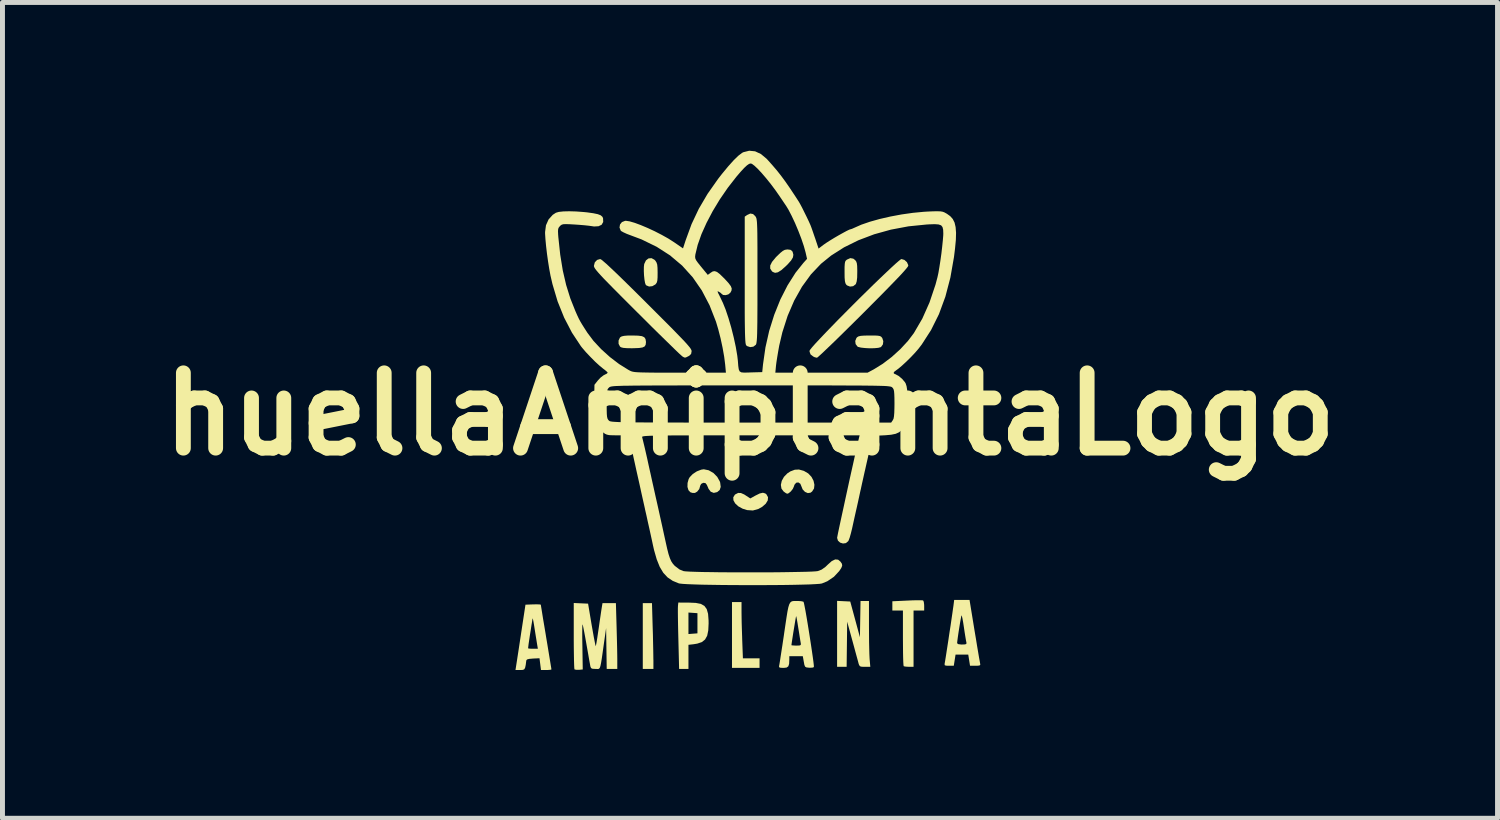
<source format=kicad_pcb>
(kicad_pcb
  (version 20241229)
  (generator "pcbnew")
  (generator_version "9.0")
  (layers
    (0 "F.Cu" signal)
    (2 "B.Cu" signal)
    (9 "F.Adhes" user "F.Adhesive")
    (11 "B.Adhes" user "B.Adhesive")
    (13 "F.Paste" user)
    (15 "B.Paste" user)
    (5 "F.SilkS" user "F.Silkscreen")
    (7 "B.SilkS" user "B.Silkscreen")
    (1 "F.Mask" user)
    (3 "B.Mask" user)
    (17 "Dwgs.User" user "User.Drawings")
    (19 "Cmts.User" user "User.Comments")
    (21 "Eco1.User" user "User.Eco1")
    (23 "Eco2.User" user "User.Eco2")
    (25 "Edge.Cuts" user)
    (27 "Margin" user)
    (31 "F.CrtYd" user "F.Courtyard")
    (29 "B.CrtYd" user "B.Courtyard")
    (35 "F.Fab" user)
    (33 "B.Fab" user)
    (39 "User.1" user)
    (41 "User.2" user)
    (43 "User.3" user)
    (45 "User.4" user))
  (footprint "huellaAmiplantaLogo"
    (layer "F.Cu")
    (at 12.127 5.329)
    (property "Reference" "huellaAmiplantaLogo" (at 0 0 0) (layer "F.SilkS") (effects (font (size 1.524 1.524) (thickness 0.3))))
    (attr board_only exclude_from_pos_files exclude_from_bom)
    (fp_poly (pts (xy -1.97 4.312) (xy -1.965 4.465) (xy -1.962 4.616) (xy -1.959 4.755) (xy -1.957 4.873) (xy -1.956 4.959) (xy -1.955 4.978) (xy -1.955 5.157) (xy -2.17 5.157) (xy -2.17 3.825) (xy -1.984 3.825)) (stroke (width 0) (type solid)) (fill yes) (layer "F.SilkS"))
    (fp_poly (pts (xy -0.172 4.002) (xy -0.171 4.094) (xy -0.169 4.216) (xy -0.165 4.355) (xy -0.16 4.498) (xy -0.158 4.572) (xy -0.144 4.942) (xy 0.193 4.942) (xy 0.193 5.136) (xy -0.365 5.136) (xy -0.365 3.804) (xy -0.172 3.804)) (stroke (width 0) (type solid)) (fill yes) (layer "F.SilkS"))
    (fp_poly (pts (xy 0.819 -3.324) (xy 0.852 -3.299) (xy 0.863 -3.279) (xy 0.877 -3.224) (xy 0.868 -3.17) (xy 0.831 -3.108) (xy 0.763 -3.031) (xy 0.722 -2.991) (xy 0.634 -2.913) (xy 0.564 -2.869) (xy 0.507 -2.858) (xy 0.459 -2.877) (xy 0.442 -2.892) (xy 0.408 -2.945) (xy 0.409 -3.007) (xy 0.445 -3.079) (xy 0.518 -3.168) (xy 0.544 -3.195) (xy 0.614 -3.262) (xy 0.664 -3.302) (xy 0.704 -3.323) (xy 0.745 -3.33) (xy 0.76 -3.331)) (stroke (width 0) (type solid)) (fill yes) (layer "F.SilkS"))
    (fp_poly (pts (xy -2.266 -1.587) (xy -2.188 -1.577) (xy -2.14 -1.555) (xy -2.115 -1.519) (xy -2.106 -1.465) (xy -2.106 -1.45) (xy -2.112 -1.402) (xy -2.133 -1.368) (xy -2.175 -1.348) (xy -2.246 -1.337) (xy -2.352 -1.333) (xy -2.393 -1.332) (xy -2.498 -1.334) (xy -2.567 -1.34) (xy -2.611 -1.352) (xy -2.631 -1.366) (xy -2.66 -1.422) (xy -2.66 -1.489) (xy -2.633 -1.547) (xy -2.625 -1.555) (xy -2.596 -1.572) (xy -2.549 -1.583) (xy -2.476 -1.589) (xy -2.38 -1.59)) (stroke (width 0) (type solid)) (fill yes) (layer "F.SilkS"))
    (fp_poly (pts (xy 0.309 1.606) (xy 0.332 1.624) (xy 0.364 1.682) (xy 0.359 1.747) (xy 0.318 1.814) (xy 0.246 1.877) (xy 0.169 1.92) (xy 0.058 1.951) (xy -0.058 1.943) (xy -0.149 1.915) (xy -0.238 1.866) (xy -0.301 1.807) (xy -0.336 1.744) (xy -0.339 1.684) (xy -0.307 1.632) (xy -0.296 1.624) (xy -0.241 1.596) (xy -0.185 1.597) (xy -0.117 1.627) (xy -0.083 1.649) (xy 0.006 1.707) (xy 0.11 1.649) (xy 0.197 1.606) (xy 0.261 1.592)) (stroke (width 0) (type solid)) (fill yes) (layer "F.SilkS"))
    (fp_poly (pts (xy 3.458 3.767) (xy 3.498 3.77) (xy 3.503 3.772) (xy 3.516 3.799) (xy 3.523 3.854) (xy 3.524 3.88) (xy 3.524 3.975) (xy 3.309 3.975) (xy 3.309 5.114) (xy 3.216 5.114) (xy 3.156 5.111) (xy 3.115 5.104) (xy 3.109 5.1) (xy 3.105 5.076) (xy 3.101 5.014) (xy 3.098 4.921) (xy 3.096 4.803) (xy 3.095 4.665) (xy 3.094 4.531) (xy 3.094 3.975) (xy 2.88 3.975) (xy 2.88 3.788) (xy 3.181 3.774) (xy 3.291 3.769) (xy 3.387 3.767)) (stroke (width 0) (type solid)) (fill yes) (layer "F.SilkS"))
    (fp_poly (pts (xy -1.934 -3.123) (xy -1.914 -3.102) (xy -1.892 -3.067) (xy -1.878 -3.024) (xy -1.872 -2.961) (xy -1.87 -2.867) (xy -1.87 -2.856) (xy -1.871 -2.762) (xy -1.876 -2.701) (xy -1.887 -2.661) (xy -1.906 -2.633) (xy -1.917 -2.622) (xy -1.977 -2.588) (xy -2.043 -2.581) (xy -2.098 -2.604) (xy -2.109 -2.614) (xy -2.124 -2.653) (xy -2.136 -2.721) (xy -2.145 -2.807) (xy -2.149 -2.897) (xy -2.148 -2.978) (xy -2.141 -3.038) (xy -2.14 -3.039) (xy -2.106 -3.11) (xy -2.054 -3.15) (xy -1.993 -3.155)) (stroke (width 0) (type solid)) (fill yes) (layer "F.SilkS"))
    (fp_poly (pts (xy 2.523 -1.59) (xy 2.589 -1.586) (xy 2.629 -1.579) (xy 2.654 -1.565) (xy 2.672 -1.544) (xy 2.676 -1.539) (xy 2.697 -1.475) (xy 2.689 -1.41) (xy 2.653 -1.36) (xy 2.642 -1.353) (xy 2.593 -1.34) (xy 2.515 -1.333) (xy 2.423 -1.331) (xy 2.329 -1.336) (xy 2.246 -1.345) (xy 2.188 -1.359) (xy 2.175 -1.366) (xy 2.137 -1.416) (xy 2.129 -1.479) (xy 2.153 -1.539) (xy 2.167 -1.555) (xy 2.195 -1.572) (xy 2.24 -1.583) (xy 2.31 -1.588) (xy 2.413 -1.59) (xy 2.424 -1.59)) (stroke (width 0) (type solid)) (fill yes) (layer "F.SilkS"))
    (fp_poly (pts (xy 2.09 -3.145) (xy 2.127 -3.116) (xy 2.148 -3.089) (xy 2.161 -3.053) (xy 2.168 -2.998) (xy 2.17 -2.913) (xy 2.17 -2.874) (xy 2.168 -2.763) (xy 2.159 -2.687) (xy 2.144 -2.638) (xy 2.137 -2.626) (xy 2.087 -2.588) (xy 2.023 -2.58) (xy 1.963 -2.604) (xy 1.948 -2.618) (xy 1.931 -2.646) (xy 1.92 -2.691) (xy 1.914 -2.762) (xy 1.913 -2.865) (xy 1.913 -2.875) (xy 1.913 -2.974) (xy 1.917 -3.04) (xy 1.924 -3.081) (xy 1.938 -3.106) (xy 1.96 -3.125) (xy 1.96 -3.125) (xy 2.029 -3.156)) (stroke (width 0) (type solid)) (fill yes) (layer "F.SilkS"))
    (fp_poly (pts (xy 2.028 3.793) (xy 2.126 4.154) (xy 2.224 4.516) (xy 2.23 4.149) (xy 2.236 3.782) (xy 2.407 3.782) (xy 2.407 4.303) (xy 2.408 4.458) (xy 2.409 4.608) (xy 2.412 4.743) (xy 2.415 4.857) (xy 2.419 4.94) (xy 2.421 4.969) (xy 2.434 5.114) (xy 2.325 5.114) (xy 2.26 5.113) (xy 2.225 5.103) (xy 2.207 5.077) (xy 2.196 5.045) (xy 2.185 5.002) (xy 2.164 4.926) (xy 2.136 4.824) (xy 2.104 4.705) (xy 2.072 4.588) (xy 1.966 4.201) (xy 1.955 5.114) (xy 1.762 5.114) (xy 1.762 3.78)) (stroke (width 0) (type solid)) (fill yes) (layer "F.SilkS"))
    (fp_poly (pts (xy -0.837 1.137) (xy -0.742 1.191) (xy -0.664 1.27) (xy -0.611 1.365) (xy -0.604 1.386) (xy -0.593 1.474) (xy -0.614 1.537) (xy -0.665 1.579) (xy -0.734 1.595) (xy -0.795 1.571) (xy -0.84 1.511) (xy -0.85 1.486) (xy -0.874 1.432) (xy -0.901 1.398) (xy -0.903 1.396) (xy -0.947 1.391) (xy -0.989 1.413) (xy -1.01 1.453) (xy -1.01 1.457) (xy -1.027 1.516) (xy -1.069 1.569) (xy -1.115 1.596) (xy -1.166 1.595) (xy -1.207 1.582) (xy -1.246 1.54) (xy -1.266 1.474) (xy -1.264 1.394) (xy -1.242 1.315) (xy -1.221 1.278) (xy -1.159 1.213) (xy -1.076 1.159) (xy -0.988 1.125) (xy -0.936 1.117)) (stroke (width 0) (type solid)) (fill yes) (layer "F.SilkS"))
    (fp_poly (pts (xy 1.085 1.148) (xy 1.094 1.152) (xy 1.178 1.201) (xy 1.243 1.27) (xy 1.285 1.349) (xy 1.303 1.431) (xy 1.295 1.506) (xy 1.256 1.567) (xy 1.224 1.591) (xy 1.169 1.599) (xy 1.112 1.574) (xy 1.065 1.525) (xy 1.043 1.47) (xy 1.018 1.41) (xy 0.978 1.383) (xy 0.935 1.389) (xy 0.9 1.429) (xy 0.888 1.465) (xy 0.866 1.514) (xy 0.826 1.565) (xy 0.781 1.602) (xy 0.752 1.612) (xy 0.726 1.6) (xy 0.684 1.57) (xy 0.68 1.567) (xy 0.636 1.508) (xy 0.624 1.433) (xy 0.642 1.351) (xy 0.687 1.27) (xy 0.755 1.2) (xy 0.816 1.16) (xy 0.906 1.126) (xy 0.99 1.122)) (stroke (width 0) (type solid)) (fill yes) (layer "F.SilkS"))
    (fp_poly (pts (xy -1.236 3.815) (xy -1.098 3.821) (xy -0.995 3.841) (xy -0.923 3.882) (xy -0.876 3.947) (xy -0.849 4.042) (xy -0.839 4.172) (xy -0.838 4.235) (xy -0.845 4.378) (xy -0.867 4.485) (xy -0.91 4.562) (xy -0.975 4.614) (xy -1.068 4.645) (xy -1.14 4.657) (xy -1.246 4.669) (xy -1.246 5.157) (xy -1.435 5.157) (xy -1.45 4.55) (xy -1.454 4.39) (xy -1.457 4.241) (xy -1.459 4.109) (xy -1.46 4.016) (xy -1.246 4.016) (xy -1.246 4.451) (xy -1.155 4.444) (xy -1.064 4.437) (xy -1.064 4.029) (xy -1.246 4.016) (xy -1.46 4.016) (xy -1.46 4.001) (xy -1.46 3.923) (xy -1.458 3.881) (xy -1.458 3.879) (xy -1.451 3.814)) (stroke (width 0) (type solid)) (fill yes) (layer "F.SilkS"))
    (fp_poly (pts (xy 3.125 -3.119) (xy 3.176 -3.073) (xy 3.201 -3.015) (xy 3.202 -3.003) (xy 3.192 -2.982) (xy 3.161 -2.942) (xy 3.109 -2.882) (xy 3.033 -2.799) (xy 2.932 -2.694) (xy 2.805 -2.563) (xy 2.652 -2.407) (xy 2.469 -2.223) (xy 2.294 -2.047) (xy 2.13 -1.884) (xy 1.974 -1.73) (xy 1.83 -1.588) (xy 1.7 -1.461) (xy 1.586 -1.352) (xy 1.492 -1.262) (xy 1.42 -1.195) (xy 1.373 -1.153) (xy 1.354 -1.14) (xy 1.31 -1.15) (xy 1.279 -1.165) (xy 1.225 -1.207) (xy 1.205 -1.262) (xy 1.204 -1.281) (xy 1.219 -1.306) (xy 1.261 -1.358) (xy 1.328 -1.433) (xy 1.417 -1.528) (xy 1.523 -1.64) (xy 1.644 -1.765) (xy 1.776 -1.901) (xy 1.917 -2.043) (xy 2.062 -2.189) (xy 2.209 -2.336) (xy 2.355 -2.479) (xy 2.495 -2.617) (xy 2.628 -2.745) (xy 2.749 -2.86) (xy 2.855 -2.96) (xy 2.943 -3.041) (xy 3.01 -3.099) (xy 3.052 -3.132) (xy 3.065 -3.137)) (stroke (width 0) (type solid)) (fill yes) (layer "F.SilkS"))
    (fp_poly (pts (xy 0.06 -4.048) (xy 0.106 -4.005) (xy 0.115 -3.992) (xy 0.123 -3.977) (xy 0.13 -3.957) (xy 0.135 -3.928) (xy 0.14 -3.886) (xy 0.143 -3.829) (xy 0.146 -3.752) (xy 0.148 -3.653) (xy 0.149 -3.529) (xy 0.15 -3.374) (xy 0.15 -3.188) (xy 0.15 -2.965) (xy 0.15 -2.702) (xy 0.15 -2.699) (xy 0.15 -2.432) (xy 0.15 -2.205) (xy 0.149 -2.015) (xy 0.148 -1.857) (xy 0.146 -1.73) (xy 0.144 -1.629) (xy 0.141 -1.551) (xy 0.137 -1.493) (xy 0.132 -1.452) (xy 0.127 -1.425) (xy 0.12 -1.407) (xy 0.117 -1.402) (xy 0.067 -1.364) (xy 0.003 -1.355) (xy -0.058 -1.375) (xy -0.074 -1.388) (xy -0.081 -1.398) (xy -0.087 -1.417) (xy -0.092 -1.448) (xy -0.096 -1.494) (xy -0.099 -1.557) (xy -0.102 -1.642) (xy -0.104 -1.752) (xy -0.106 -1.889) (xy -0.107 -2.056) (xy -0.107 -2.258) (xy -0.107 -2.498) (xy -0.107 -2.708) (xy -0.107 -3.995) (xy -0.06 -4.028) (xy 0.005 -4.058)) (stroke (width 0) (type solid)) (fill yes) (layer "F.SilkS"))
    (fp_poly (pts (xy -3.011 -3.127) (xy -2.969 -3.093) (xy -2.904 -3.037) (xy -2.816 -2.955) (xy -2.703 -2.848) (xy -2.565 -2.714) (xy -2.4 -2.552) (xy -2.207 -2.361) (xy -2.084 -2.238) (xy -1.894 -2.048) (xy -1.732 -1.886) (xy -1.596 -1.75) (xy -1.485 -1.636) (xy -1.395 -1.543) (xy -1.324 -1.469) (xy -1.271 -1.41) (xy -1.232 -1.364) (xy -1.206 -1.33) (xy -1.191 -1.304) (xy -1.183 -1.284) (xy -1.182 -1.272) (xy -1.192 -1.217) (xy -1.23 -1.18) (xy -1.245 -1.172) (xy -1.291 -1.149) (xy -1.317 -1.142) (xy -1.342 -1.151) (xy -1.365 -1.164) (xy -1.387 -1.183) (xy -1.438 -1.229) (xy -1.513 -1.301) (xy -1.609 -1.395) (xy -1.725 -1.508) (xy -1.857 -1.637) (xy -2.002 -1.78) (xy -2.157 -1.935) (xy -2.283 -2.06) (xy -2.47 -2.247) (xy -2.629 -2.406) (xy -2.762 -2.54) (xy -2.871 -2.651) (xy -2.959 -2.741) (xy -3.027 -2.814) (xy -3.078 -2.871) (xy -3.114 -2.914) (xy -3.138 -2.947) (xy -3.152 -2.972) (xy -3.158 -2.991) (xy -3.159 -3) (xy -3.141 -3.07) (xy -3.095 -3.119) (xy -3.033 -3.137)) (stroke (width 0) (type solid)) (fill yes) (layer "F.SilkS"))
    (fp_poly (pts (xy 4.544 4.386) (xy 4.571 4.546) (xy 4.595 4.694) (xy 4.617 4.824) (xy 4.635 4.93) (xy 4.649 5.006) (xy 4.656 5.047) (xy 4.657 5.052) (xy 4.659 5.076) (xy 4.641 5.088) (xy 4.593 5.093) (xy 4.56 5.093) (xy 4.452 5.093) (xy 4.434 4.98) (xy 4.416 4.867) (xy 4.159 4.867) (xy 4.123 5.093) (xy 4.026 5.093) (xy 3.967 5.091) (xy 3.94 5.082) (xy 3.937 5.058) (xy 3.941 5.034) (xy 3.948 4.994) (xy 3.96 4.92) (xy 3.976 4.817) (xy 3.995 4.694) (xy 4.004 4.636) (xy 4.191 4.636) (xy 4.211 4.655) (xy 4.271 4.663) (xy 4.289 4.663) (xy 4.349 4.661) (xy 4.376 4.652) (xy 4.38 4.63) (xy 4.377 4.615) (xy 4.369 4.575) (xy 4.357 4.503) (xy 4.342 4.41) (xy 4.328 4.314) (xy 4.313 4.217) (xy 4.299 4.139) (xy 4.287 4.088) (xy 4.28 4.072) (xy 4.28 4.072) (xy 4.274 4.095) (xy 4.263 4.152) (xy 4.249 4.231) (xy 4.234 4.323) (xy 4.219 4.419) (xy 4.206 4.508) (xy 4.196 4.582) (xy 4.191 4.629) (xy 4.191 4.636) (xy 4.004 4.636) (xy 4.016 4.558) (xy 4.037 4.415) (xy 4.059 4.275) (xy 4.078 4.143) (xy 4.095 4.027) (xy 4.108 3.935) (xy 4.117 3.874) (xy 4.117 3.873) (xy 4.131 3.761) (xy 4.442 3.761)) (stroke (width 0) (type solid)) (fill yes) (layer "F.SilkS"))
    (fp_poly (pts (xy -4.258 3.852) (xy -4.234 3.857) (xy -4.233 3.858) (xy -4.23 3.881) (xy -4.22 3.942) (xy -4.205 4.035) (xy -4.186 4.154) (xy -4.162 4.294) (xy -4.136 4.45) (xy -4.126 4.513) (xy -4.099 4.673) (xy -4.075 4.82) (xy -4.054 4.948) (xy -4.037 5.051) (xy -4.025 5.124) (xy -4.019 5.163) (xy -4.018 5.167) (xy -4.038 5.174) (xy -4.087 5.178) (xy -4.124 5.179) (xy -4.23 5.179) (xy -4.245 5.06) (xy -4.26 4.941) (xy -4.392 4.947) (xy -4.47 4.954) (xy -4.513 4.966) (xy -4.527 4.985) (xy -4.539 5.077) (xy -4.551 5.133) (xy -4.568 5.164) (xy -4.595 5.176) (xy -4.636 5.179) (xy -4.652 5.179) (xy -4.746 5.179) (xy -4.735 5.109) (xy -4.729 5.07) (xy -4.717 4.994) (xy -4.701 4.889) (xy -4.681 4.76) (xy -4.678 4.74) (xy -4.491 4.74) (xy -4.472 4.745) (xy -4.423 4.749) (xy -4.392 4.749) (xy -4.293 4.749) (xy -4.305 4.679) (xy -4.313 4.63) (xy -4.326 4.549) (xy -4.342 4.451) (xy -4.355 4.368) (xy -4.37 4.273) (xy -4.383 4.197) (xy -4.393 4.148) (xy -4.398 4.133) (xy -4.403 4.155) (xy -4.412 4.209) (xy -4.425 4.288) (xy -4.439 4.381) (xy -4.455 4.48) (xy -4.469 4.574) (xy -4.481 4.655) (xy -4.488 4.714) (xy -4.491 4.74) (xy -4.678 4.74) (xy -4.659 4.613) (xy -4.635 4.456) (xy -4.634 4.448) (xy -4.544 3.857) (xy -4.389 3.851) (xy -4.313 3.85)) (stroke (width 0) (type solid)) (fill yes) (layer "F.SilkS"))
    (fp_poly (pts (xy -3.277 3.836) (xy -3.204 4.271) (xy -3.181 4.401) (xy -3.161 4.514) (xy -3.143 4.606) (xy -3.13 4.668) (xy -3.122 4.696) (xy -3.121 4.697) (xy -3.116 4.674) (xy -3.105 4.616) (xy -3.091 4.529) (xy -3.075 4.421) (xy -3.061 4.327) (xy -3.043 4.201) (xy -3.026 4.086) (xy -3.012 3.99) (xy -3.001 3.921) (xy -2.997 3.895) (xy -2.985 3.825) (xy -2.714 3.825) (xy -2.7 4.312) (xy -2.696 4.465) (xy -2.692 4.616) (xy -2.689 4.755) (xy -2.687 4.873) (xy -2.686 4.959) (xy -2.686 4.978) (xy -2.686 5.157) (xy -2.9 5.157) (xy -2.906 4.744) (xy -2.912 4.33) (xy -2.961 4.674) (xy -2.983 4.83) (xy -3 4.948) (xy -3.014 5.034) (xy -3.026 5.093) (xy -3.038 5.13) (xy -3.052 5.15) (xy -3.07 5.158) (xy -3.093 5.158) (xy -3.124 5.157) (xy -3.127 5.157) (xy -3.186 5.154) (xy -3.216 5.141) (xy -3.23 5.108) (xy -3.232 5.098) (xy -3.239 5.058) (xy -3.253 4.984) (xy -3.27 4.884) (xy -3.291 4.765) (xy -3.311 4.652) (xy -3.333 4.529) (xy -3.353 4.42) (xy -3.37 4.334) (xy -3.382 4.276) (xy -3.389 4.255) (xy -3.392 4.272) (xy -3.394 4.326) (xy -3.395 4.411) (xy -3.395 4.521) (xy -3.393 4.65) (xy -3.392 4.706) (xy -3.385 5.168) (xy -3.46 5.175) (xy -3.515 5.175) (xy -3.55 5.167) (xy -3.552 5.166) (xy -3.556 5.141) (xy -3.559 5.079) (xy -3.562 4.984) (xy -3.564 4.863) (xy -3.566 4.72) (xy -3.567 4.561) (xy -3.567 4.487) (xy -3.567 3.823)) (stroke (width 0) (type solid)) (fill yes) (layer "F.SilkS"))
    (fp_poly (pts (xy 0.953 3.782) (xy 0.971 3.782) (xy 1.033 3.786) (xy 1.075 3.795) (xy 1.083 3.8) (xy 1.092 3.829) (xy 1.105 3.894) (xy 1.123 3.987) (xy 1.143 4.102) (xy 1.165 4.234) (xy 1.188 4.376) (xy 1.211 4.522) (xy 1.233 4.665) (xy 1.253 4.799) (xy 1.27 4.917) (xy 1.283 5.014) (xy 1.291 5.083) (xy 1.292 5.118) (xy 1.291 5.121) (xy 1.26 5.131) (xy 1.205 5.133) (xy 1.19 5.132) (xy 1.141 5.126) (xy 1.115 5.111) (xy 1.1 5.076) (xy 1.088 5.012) (xy 1.068 4.899) (xy 0.795 4.899) (xy 0.795 4.969) (xy 0.791 5.054) (xy 0.775 5.104) (xy 0.741 5.129) (xy 0.683 5.136) (xy 0.673 5.136) (xy 0.614 5.133) (xy 0.589 5.123) (xy 0.587 5.101) (xy 0.588 5.098) (xy 0.594 5.068) (xy 0.605 5.001) (xy 0.62 4.903) (xy 0.639 4.779) (xy 0.655 4.677) (xy 0.838 4.677) (xy 0.857 4.681) (xy 0.906 4.684) (xy 0.937 4.685) (xy 0.998 4.683) (xy 1.025 4.674) (xy 1.029 4.651) (xy 1.025 4.626) (xy 1.017 4.581) (xy 1.005 4.505) (xy 0.99 4.409) (xy 0.976 4.324) (xy 0.961 4.229) (xy 0.948 4.153) (xy 0.938 4.103) (xy 0.933 4.089) (xy 0.928 4.11) (xy 0.918 4.165) (xy 0.905 4.243) (xy 0.89 4.335) (xy 0.874 4.432) (xy 0.86 4.524) (xy 0.848 4.602) (xy 0.84 4.657) (xy 0.838 4.677) (xy 0.655 4.677) (xy 0.661 4.635) (xy 0.685 4.477) (xy 0.691 4.433) (xy 0.718 4.25) (xy 0.74 4.104) (xy 0.758 3.993) (xy 0.775 3.91) (xy 0.793 3.852) (xy 0.813 3.815) (xy 0.837 3.794) (xy 0.867 3.784) (xy 0.905 3.782)) (stroke (width 0) (type solid)) (fill yes) (layer "F.SilkS"))
    (fp_poly (pts (xy 0.103 -5.317) (xy 0.221 -5.262) (xy 0.336 -5.166) (xy 0.35 -5.151) (xy 0.451 -5.038) (xy 0.542 -4.932) (xy 0.628 -4.823) (xy 0.715 -4.705) (xy 0.809 -4.569) (xy 0.915 -4.409) (xy 0.987 -4.298) (xy 1.014 -4.251) (xy 1.054 -4.176) (xy 1.099 -4.085) (xy 1.146 -3.99) (xy 1.188 -3.902) (xy 1.219 -3.833) (xy 1.227 -3.814) (xy 1.245 -3.766) (xy 1.272 -3.689) (xy 1.303 -3.598) (xy 1.32 -3.55) (xy 1.387 -3.349) (xy 1.485 -3.424) (xy 1.539 -3.462) (xy 1.614 -3.51) (xy 1.702 -3.564) (xy 1.793 -3.617) (xy 1.881 -3.666) (xy 1.955 -3.706) (xy 2.009 -3.732) (xy 2.031 -3.739) (xy 2.064 -3.749) (xy 2.111 -3.77) (xy 2.251 -3.832) (xy 2.425 -3.892) (xy 2.625 -3.948) (xy 2.843 -3.998) (xy 3.069 -4.04) (xy 3.295 -4.072) (xy 3.513 -4.093) (xy 3.592 -4.098) (xy 3.71 -4.103) (xy 3.794 -4.104) (xy 3.853 -4.102) (xy 3.896 -4.095) (xy 3.932 -4.082) (xy 3.97 -4.061) (xy 3.984 -4.053) (xy 4.051 -4.005) (xy 4.102 -3.948) (xy 4.139 -3.875) (xy 4.16 -3.784) (xy 4.169 -3.668) (xy 4.165 -3.523) (xy 4.148 -3.346) (xy 4.127 -3.177) (xy 4.054 -2.761) (xy 3.953 -2.376) (xy 3.823 -2.022) (xy 3.663 -1.7) (xy 3.475 -1.408) (xy 3.409 -1.322) (xy 3.341 -1.243) (xy 3.257 -1.154) (xy 3.165 -1.063) (xy 3.076 -0.981) (xy 3 -0.917) (xy 2.971 -0.896) (xy 2.919 -0.857) (xy 2.904 -0.831) (xy 2.924 -0.813) (xy 2.944 -0.806) (xy 3.008 -0.771) (xy 3.077 -0.713) (xy 3.134 -0.646) (xy 3.15 -0.619) (xy 3.168 -0.563) (xy 3.182 -0.474) (xy 3.193 -0.364) (xy 3.199 -0.243) (xy 3.2 -0.121) (xy 3.196 -0.009) (xy 3.193 0.027) (xy 3.166 0.158) (xy 3.122 0.253) (xy 3.072 0.32) (xy 3.017 0.368) (xy 2.948 0.399) (xy 2.856 0.418) (xy 2.732 0.429) (xy 2.708 0.43) (xy 2.484 0.441) (xy 2.469 0.505) (xy 2.458 0.555) (xy 2.44 0.633) (xy 2.419 0.726) (xy 2.411 0.763) (xy 2.385 0.879) (xy 2.355 1.011) (xy 2.327 1.136) (xy 2.321 1.16) (xy 2.295 1.278) (xy 2.266 1.407) (xy 2.241 1.523) (xy 2.235 1.547) (xy 2.211 1.658) (xy 2.183 1.787) (xy 2.156 1.908) (xy 2.151 1.929) (xy 2.124 2.049) (xy 2.094 2.184) (xy 2.067 2.308) (xy 2.063 2.325) (xy 2.04 2.417) (xy 2.017 2.499) (xy 1.995 2.557) (xy 1.987 2.572) (xy 1.94 2.611) (xy 1.881 2.619) (xy 1.823 2.601) (xy 1.779 2.561) (xy 1.762 2.505) (xy 1.767 2.479) (xy 1.779 2.416) (xy 1.799 2.321) (xy 1.825 2.199) (xy 1.856 2.056) (xy 1.891 1.896) (xy 1.928 1.724) (xy 1.967 1.545) (xy 2.006 1.365) (xy 2.045 1.189) (xy 2.083 1.02) (xy 2.117 0.865) (xy 2.148 0.729) (xy 2.173 0.617) (xy 2.193 0.533) (xy 2.203 0.489) (xy 2.218 0.43) (xy 0.012 0.43) (xy -0.345 0.43) (xy -0.661 0.43) (xy -0.939 0.43) (xy -1.181 0.431) (xy -1.39 0.431) (xy -1.568 0.432) (xy -1.718 0.433) (xy -1.841 0.435) (xy -1.941 0.437) (xy -2.02 0.439) (xy -2.08 0.442) (xy -2.124 0.445) (xy -2.153 0.449) (xy -2.172 0.453) (xy -2.181 0.458) (xy -2.184 0.464) (xy -2.183 0.467) (xy -2.174 0.503) (xy -2.157 0.573) (xy -2.134 0.668) (xy -2.108 0.781) (xy -2.08 0.904) (xy -2.053 1.029) (xy -2.031 1.128) (xy -2.012 1.211) (xy -1.989 1.317) (xy -1.965 1.425) (xy -1.959 1.451) (xy -1.913 1.659) (xy -1.865 1.871) (xy -1.819 2.079) (xy -1.776 2.273) (xy -1.739 2.443) (xy -1.709 2.579) (xy -1.677 2.723) (xy -1.649 2.833) (xy -1.622 2.915) (xy -1.595 2.977) (xy -1.563 3.026) (xy -1.525 3.069) (xy -1.523 3.071) (xy -1.426 3.145) (xy -1.344 3.178) (xy -1.301 3.183) (xy -1.219 3.188) (xy -1.104 3.192) (xy -0.96 3.196) (xy -0.792 3.198) (xy -0.606 3.201) (xy -0.405 3.202) (xy -0.194 3.203) (xy 0.02 3.203) (xy 0.235 3.203) (xy 0.445 3.202) (xy 0.645 3.2) (xy 0.831 3.197) (xy 0.997 3.194) (xy 1.139 3.191) (xy 1.252 3.187) (xy 1.331 3.182) (xy 1.371 3.177) (xy 1.449 3.147) (xy 1.524 3.094) (xy 1.575 3.045) (xy 1.656 2.973) (xy 1.724 2.941) (xy 1.782 2.946) (xy 1.831 2.987) (xy 1.86 3.03) (xy 1.865 3.069) (xy 1.846 3.116) (xy 1.805 3.177) (xy 1.697 3.293) (xy 1.564 3.383) (xy 1.454 3.428) (xy 1.408 3.435) (xy 1.323 3.441) (xy 1.206 3.447) (xy 1.059 3.451) (xy 0.888 3.455) (xy 0.698 3.458) (xy 0.492 3.46) (xy 0.277 3.461) (xy 0.055 3.462) (xy -0.167 3.461) (xy -0.385 3.46) (xy -0.596 3.458) (xy -0.793 3.455) (xy -0.973 3.452) (xy -1.131 3.447) (xy -1.261 3.442) (xy -1.361 3.436) (xy -1.424 3.429) (xy -1.44 3.426) (xy -1.564 3.375) (xy -1.668 3.305) (xy -1.755 3.212) (xy -1.827 3.092) (xy -1.888 2.94) (xy -1.942 2.752) (xy -1.964 2.654) (xy -1.984 2.56) (xy -2.009 2.446) (xy -2.034 2.332) (xy -2.04 2.305) (xy -2.067 2.185) (xy -2.096 2.052) (xy -2.124 1.93) (xy -2.127 1.913) (xy -2.154 1.793) (xy -2.184 1.659) (xy -2.211 1.537) (xy -2.213 1.526) (xy -2.239 1.408) (xy -2.269 1.275) (xy -2.297 1.151) (xy -2.301 1.134) (xy -2.327 1.014) (xy -2.357 0.879) (xy -2.384 0.753) (xy -2.389 0.732) (xy -2.414 0.614) (xy -2.434 0.531) (xy -2.455 0.478) (xy -2.483 0.447) (xy -2.524 0.433) (xy -2.585 0.429) (xy -2.671 0.43) (xy -2.684 0.43) (xy -2.782 0.429) (xy -2.849 0.426) (xy -2.896 0.416) (xy -2.934 0.399) (xy -2.975 0.37) (xy -2.988 0.36) (xy -3.047 0.312) (xy -3.09 0.266) (xy -3.121 0.216) (xy -3.141 0.152) (xy -3.151 0.069) (xy -3.156 -0.04) (xy -3.155 -0.184) (xy -3.155 -0.203) (xy -2.901 -0.203) (xy -2.9 -0.085) (xy -2.898 -0.002) (xy -2.893 0.054) (xy -2.884 0.091) (xy -2.87 0.116) (xy -2.858 0.129) (xy -2.851 0.135) (xy -2.843 0.141) (xy -2.83 0.146) (xy -2.81 0.15) (xy -2.783 0.154) (xy -2.744 0.157) (xy -2.692 0.16) (xy -2.626 0.163) (xy -2.542 0.165) (xy -2.438 0.167) (xy -2.313 0.168) (xy -2.164 0.169) (xy -1.988 0.17) (xy -1.785 0.171) (xy -1.551 0.171) (xy -1.284 0.172) (xy -0.982 0.172) (xy -0.643 0.172) (xy -0.265 0.172) (xy 0.02 0.172) (xy 2.856 0.172) (xy 2.889 0.124) (xy 2.904 0.094) (xy 2.913 0.046) (xy 2.919 -0.026) (xy 2.922 -0.129) (xy 2.923 -0.209) (xy 2.922 -0.327) (xy 2.919 -0.409) (xy 2.914 -0.464) (xy 2.905 -0.5) (xy 2.891 -0.525) (xy 2.88 -0.537) (xy 2.873 -0.543) (xy 2.864 -0.549) (xy 2.851 -0.554) (xy 2.832 -0.558) (xy 2.804 -0.562) (xy 2.765 -0.566) (xy 2.713 -0.569) (xy 2.647 -0.571) (xy 2.562 -0.573) (xy 2.459 -0.575) (xy 2.333 -0.576) (xy 2.183 -0.578) (xy 2.008 -0.578) (xy 1.804 -0.579) (xy 1.569 -0.58) (xy 1.301 -0.58) (xy 0.999 -0.58) (xy 0.659 -0.58) (xy 0.281 -0.58) (xy 0.015 -0.58) (xy -0.391 -0.58) (xy -0.755 -0.58) (xy -1.081 -0.58) (xy -1.371 -0.58) (xy -1.626 -0.579) (xy -1.85 -0.579) (xy -2.044 -0.578) (xy -2.21 -0.577) (xy -2.351 -0.576) (xy -2.469 -0.574) (xy -2.565 -0.573) (xy -2.643 -0.57) (xy -2.705 -0.568) (xy -2.752 -0.565) (xy -2.787 -0.561) (xy -2.811 -0.557) (xy -2.829 -0.552) (xy -2.84 -0.547) (xy -2.849 -0.541) (xy -2.854 -0.536) (xy -2.873 -0.516) (xy -2.886 -0.491) (xy -2.894 -0.453) (xy -2.899 -0.395) (xy -2.901 -0.309) (xy -2.901 -0.203) (xy -3.155 -0.203) (xy -3.154 -0.227) (xy -3.148 -0.593) (xy -3.079 -0.68) (xy -3.025 -0.738) (xy -2.968 -0.782) (xy -2.944 -0.795) (xy -2.9 -0.817) (xy -2.88 -0.836) (xy -2.88 -0.837) (xy -2.896 -0.857) (xy -2.936 -0.892) (xy -2.971 -0.918) (xy -3.044 -0.978) (xy -3.134 -1.06) (xy -3.229 -1.156) (xy -3.321 -1.253) (xy -3.398 -1.343) (xy -3.423 -1.375) (xy -3.603 -1.647) (xy -3.761 -1.951) (xy -3.894 -2.281) (xy -3.998 -2.631) (xy -4.038 -2.804) (xy -4.063 -2.938) (xy -4.087 -3.089) (xy -4.109 -3.247) (xy -4.127 -3.401) (xy -4.14 -3.54) (xy -4.147 -3.651) (xy -4.147 -3.685) (xy -4.129 -3.821) (xy -4.076 -3.939) (xy -3.992 -4.032) (xy -3.928 -4.074) (xy -3.87 -4.091) (xy -3.777 -4.101) (xy -3.658 -4.104) (xy -3.519 -4.1) (xy -3.371 -4.089) (xy -3.299 -4.082) (xy -3.171 -4.064) (xy -3.08 -4.045) (xy -3.021 -4.022) (xy -2.987 -3.992) (xy -2.974 -3.964) (xy -2.971 -3.887) (xy -3.003 -3.831) (xy -3.066 -3.801) (xy -3.157 -3.796) (xy -3.196 -3.802) (xy -3.26 -3.811) (xy -3.353 -3.821) (xy -3.462 -3.83) (xy -3.549 -3.836) (xy -3.656 -3.842) (xy -3.729 -3.844) (xy -3.777 -3.842) (xy -3.809 -3.833) (xy -3.832 -3.818) (xy -3.846 -3.804) (xy -3.869 -3.777) (xy -3.882 -3.747) (xy -3.886 -3.703) (xy -3.883 -3.633) (xy -3.879 -3.581) (xy -3.841 -3.227) (xy -3.789 -2.906) (xy -3.721 -2.613) (xy -3.636 -2.34) (xy -3.534 -2.084) (xy -3.496 -1.998) (xy -3.464 -1.93) (xy -3.433 -1.872) (xy -3.396 -1.81) (xy -3.348 -1.734) (xy -3.29 -1.644) (xy -3.166 -1.479) (xy -3.011 -1.313) (xy -2.835 -1.154) (xy -2.649 -1.012) (xy -2.463 -0.896) (xy -2.439 -0.883) (xy -2.417 -0.872) (xy -2.394 -0.863) (xy -2.365 -0.856) (xy -2.326 -0.85) (xy -2.273 -0.846) (xy -2.203 -0.843) (xy -2.11 -0.841) (xy -1.991 -0.839) (xy -1.841 -0.838) (xy -1.657 -0.838) (xy -1.434 -0.838) (xy -0.488 -0.838) (xy 0.512 -0.838) (xy 2.379 -0.838) (xy 2.506 -0.906) (xy 2.685 -1.017) (xy 2.868 -1.156) (xy 3.043 -1.315) (xy 3.197 -1.482) (xy 3.315 -1.638) (xy 3.487 -1.933) (xy 3.632 -2.259) (xy 3.753 -2.619) (xy 3.793 -2.769) (xy 3.812 -2.856) (xy 3.832 -2.974) (xy 3.853 -3.109) (xy 3.873 -3.253) (xy 3.889 -3.393) (xy 3.902 -3.519) (xy 3.91 -3.618) (xy 3.911 -3.655) (xy 3.908 -3.731) (xy 3.895 -3.784) (xy 3.867 -3.819) (xy 3.816 -3.837) (xy 3.738 -3.843) (xy 3.624 -3.839) (xy 3.573 -3.836) (xy 3.206 -3.799) (xy 2.85 -3.732) (xy 2.512 -3.638) (xy 2.195 -3.518) (xy 1.903 -3.374) (xy 1.642 -3.208) (xy 1.436 -3.041) (xy 1.233 -2.827) (xy 1.052 -2.578) (xy 0.894 -2.297) (xy 0.761 -1.988) (xy 0.654 -1.654) (xy 0.591 -1.386) (xy 0.57 -1.269) (xy 0.55 -1.15) (xy 0.534 -1.046) (xy 0.526 -0.983) (xy 0.512 -0.838) (xy -0.488 -0.838) (xy -0.503 -1.002) (xy -0.523 -1.16) (xy -0.555 -1.342) (xy -0.596 -1.533) (xy -0.643 -1.716) (xy -0.689 -1.87) (xy -0.819 -2.202) (xy -0.976 -2.502) (xy -1.16 -2.768) (xy -1.373 -3.004) (xy -1.59 -3.187) (xy -1.111 -3.187) (xy -1.108 -3.152) (xy -1.092 -3.115) (xy -1.057 -3.065) (xy -1.001 -2.995) (xy -0.988 -2.979) (xy -0.855 -2.817) (xy -0.795 -2.861) (xy -0.753 -2.887) (xy -0.713 -2.892) (xy -0.668 -2.876) (xy -0.612 -2.833) (xy -0.538 -2.761) (xy -0.508 -2.731) (xy -0.433 -2.649) (xy -0.388 -2.588) (xy -0.37 -2.54) (xy -0.376 -2.496) (xy -0.399 -2.455) (xy -0.439 -2.422) (xy -0.493 -2.407) (xy -0.544 -2.41) (xy -0.569 -2.428) (xy -0.598 -2.455) (xy -0.626 -2.472) (xy -0.651 -2.485) (xy -0.657 -2.479) (xy -0.644 -2.446) (xy -0.627 -2.414) (xy -0.591 -2.339) (xy -0.556 -2.265) (xy -0.551 -2.256) (xy -0.494 -2.115) (xy -0.436 -1.942) (xy -0.38 -1.751) (xy -0.33 -1.552) (xy -0.288 -1.358) (xy -0.258 -1.181) (xy -0.246 -1.079) (xy -0.238 -0.974) (xy -0.228 -0.905) (xy -0.21 -0.864) (xy -0.175 -0.844) (xy -0.117 -0.839) (xy -0.026 -0.841) (xy 0.017 -0.843) (xy 0.247 -0.849) (xy 0.263 -1.007) (xy 0.312 -1.348) (xy 0.388 -1.685) (xy 0.49 -2.01) (xy 0.614 -2.319) (xy 0.759 -2.604) (xy 0.921 -2.86) (xy 1.08 -3.059) (xy 1.154 -3.141) (xy 1.124 -3.273) (xy 1.089 -3.399) (xy 1.039 -3.547) (xy 0.978 -3.706) (xy 0.911 -3.865) (xy 0.842 -4.012) (xy 0.777 -4.137) (xy 0.732 -4.211) (xy 0.702 -4.255) (xy 0.657 -4.322) (xy 0.606 -4.397) (xy 0.601 -4.405) (xy 0.513 -4.531) (xy 0.421 -4.654) (xy 0.327 -4.771) (xy 0.238 -4.875) (xy 0.157 -4.962) (xy 0.089 -5.026) (xy 0.037 -5.064) (xy 0.015 -5.071) (xy -0.019 -5.063) (xy -0.061 -5.034) (xy -0.117 -4.982) (xy -0.19 -4.903) (xy -0.278 -4.8) (xy -0.45 -4.579) (xy -0.611 -4.345) (xy -0.755 -4.107) (xy -0.88 -3.869) (xy -0.983 -3.64) (xy -1.059 -3.424) (xy -1.106 -3.23) (xy -1.111 -3.187) (xy -1.59 -3.187) (xy -1.615 -3.209) (xy -1.889 -3.385) (xy -2.194 -3.534) (xy -2.407 -3.614) (xy -2.492 -3.646) (xy -2.562 -3.678) (xy -2.608 -3.704) (xy -2.616 -3.712) (xy -2.641 -3.774) (xy -2.631 -3.836) (xy -2.592 -3.885) (xy -2.529 -3.91) (xy -2.511 -3.911) (xy -2.437 -3.9) (xy -2.334 -3.87) (xy -2.21 -3.824) (xy -2.072 -3.766) (xy -1.928 -3.699) (xy -1.786 -3.626) (xy -1.652 -3.551) (xy -1.535 -3.476) (xy -1.532 -3.474) (xy -1.356 -3.353) (xy -1.302 -3.519) (xy -1.183 -3.844) (xy -1.037 -4.153) (xy -0.86 -4.455) (xy -0.647 -4.758) (xy -0.57 -4.857) (xy -0.442 -5.012) (xy -0.33 -5.137) (xy -0.235 -5.229) (xy -0.16 -5.286) (xy -0.135 -5.299) (xy -0.016 -5.329)) (stroke (width 0) (type solid)) (fill yes) (layer "F.SilkS")))
  (gr_rect
    (start -3 -3)
    (end 27.253 13.508)
    (stroke (width 0.1) (type default))
    (fill no)
    (layer "Edge.Cuts")))
</source>
